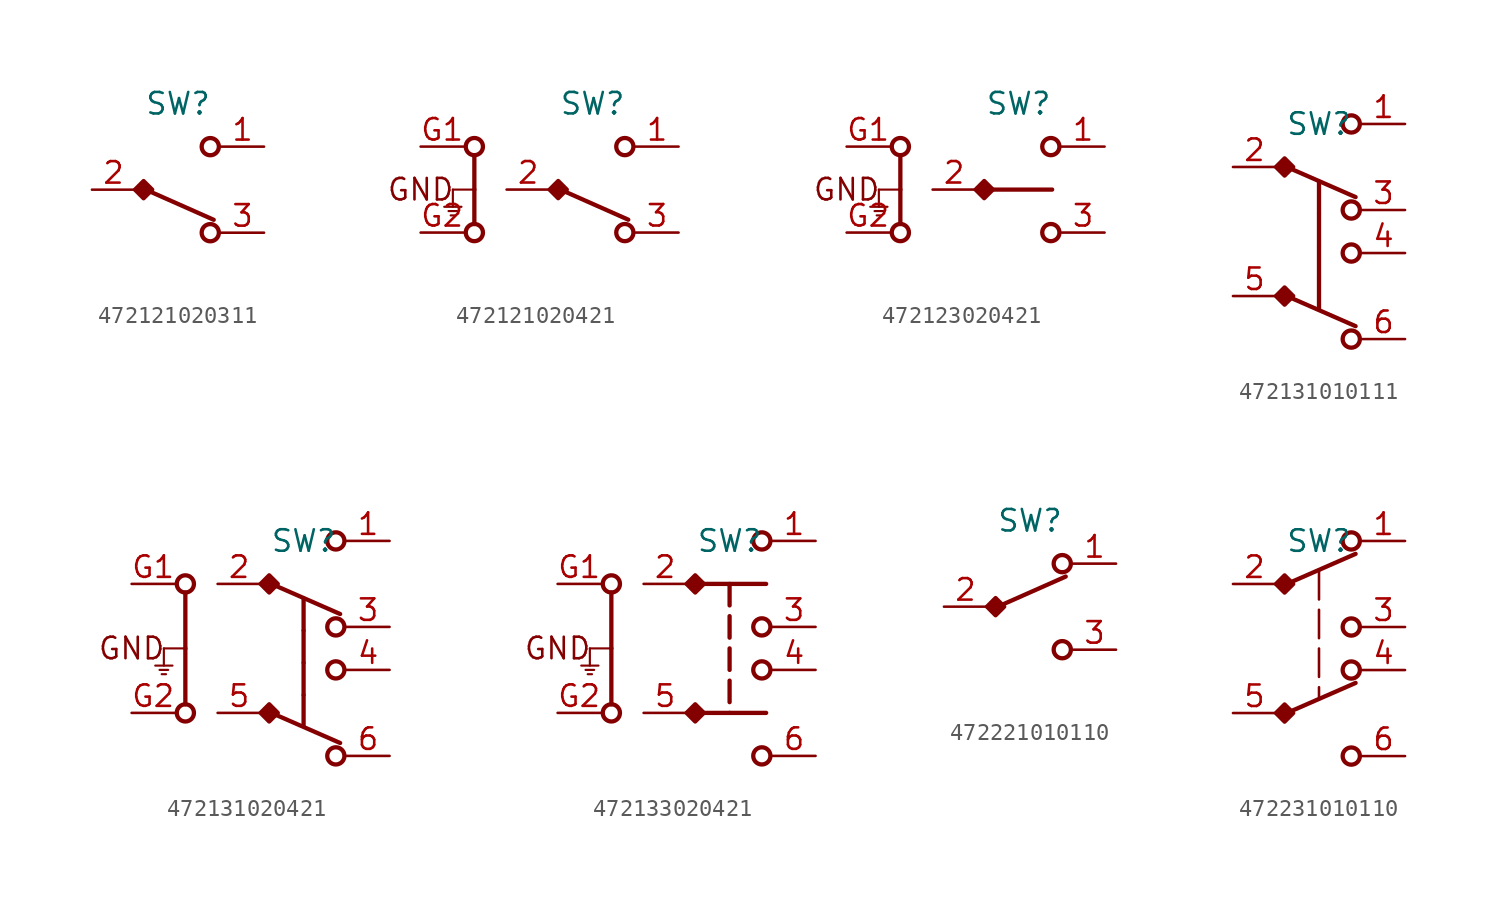
<source format=kicad_sym>
(kicad_symbol_lib
  (version 20220914)
  (generator kicad_symbol_editor)
  (symbol "472121020311"
    (pin_names hide)
    (property "Reference" "SW"
      (at 0 5.08 0)
      (effects (font (size 1.27 1.27))))
    (property "Critical Parameter" ""
      (at 0 -5.08 0)
      (effects (font (size 1.27 1.27))))
    (symbol "472121020311_0_0"
      (polyline (pts (xy -1.905 0) (xy 2.108 -1.778)) (stroke (width 0.254) (type default)) (fill (type none)))
      (polyline (pts (xy -2.032 -0.508) (xy -2.54 0) (xy -2.032 0.508) (xy -1.524 0) (xy -2.032 -0.508)) (stroke (width 0.254) (type default)) (fill (type outline)))
      (circle (center 1.905 -2.54) (radius 0.508) (stroke (width 0.254) (type default)) (fill (type none)))
      (circle (center 1.905 2.54) (radius 0.508) (stroke (width 0.254) (type default)) (fill (type none)))
      (pin passive line (at 5.08 2.54 180) (length 2.54) (name "1" (effects (font (size 1.27 1.27)))) (number "1" (effects (font (size 1.27 1.27)))))
      (pin passive line (at -5.08 0 0) (length 2.54) (name "2" (effects (font (size 1.27 1.27)))) (number "2" (effects (font (size 1.27 1.27)))))
      (pin passive line (at 5.08 -2.54 180) (length 2.54) (name "3" (effects (font (size 1.27 1.27)))) (number "3" (effects (font (size 1.27 1.27)))))))
  (symbol "472121020421"
    (pin_names hide)
    (property "Reference" "SW"
      (at 0 5.08 0)
      (effects (font (size 1.27 1.27))))
    (property "Critical Parameter" ""
      (at 0 -5.08 0)
      (effects (font (size 1.27 1.27))))
    (symbol "472121020421_0_0"
      (circle (center -6.985 -2.54) (radius 0.508) (stroke (width 0.254) (type default)) (fill (type none)))
      (circle (center -6.985 2.54) (radius 0.508) (stroke (width 0.254) (type default)) (fill (type none)))
      (polyline (pts (xy -8.763 -1.016) (xy -7.747 -1.016)) (stroke (width 0.127) (type default)) (fill (type none)))
      (polyline (pts (xy -8.509 -1.27) (xy -8.001 -1.27)) (stroke (width 0.127) (type default)) (fill (type none)))
      (polyline (pts (xy -8.382 -1.524) (xy -8.128 -1.524)) (stroke (width 0.127) (type default)) (fill (type none)))
      (polyline (pts (xy -8.255 0) (xy -8.255 -1.016)) (stroke (width 0.127) (type default)) (fill (type none)))
      (polyline (pts (xy -6.985 0) (xy -8.255 0)) (stroke (width 0.127) (type default)) (fill (type none)))
      (polyline (pts (xy -6.985 0) (xy -6.985 -2.032)) (stroke (width 0.254) (type default)) (fill (type none)))
      (polyline (pts (xy -6.985 2.032) (xy -6.985 0)) (stroke (width 0.254) (type default)) (fill (type none)))
      (polyline (pts (xy -1.905 0) (xy 2.108 -1.778)) (stroke (width 0.254) (type default)) (fill (type none)))
      (polyline (pts (xy -2.032 -0.508) (xy -2.54 0) (xy -2.032 0.508) (xy -1.524 0) (xy -2.032 -0.508)) (stroke (width 0.254) (type default)) (fill (type outline)))
      (circle (center 1.905 -2.54) (radius 0.508) (stroke (width 0.254) (type default)) (fill (type none)))
      (circle (center 1.905 2.54) (radius 0.508) (stroke (width 0.254) (type default)) (fill (type none)))
      (pin passive line (at 5.08 2.54 180) (length 2.54) (name "1" (effects (font (size 1.27 1.27)))) (number "1" (effects (font (size 1.27 1.27)))))
      (pin passive line (at -5.08 0 0) (length 2.54) (name "2" (effects (font (size 1.27 1.27)))) (number "2" (effects (font (size 1.27 1.27)))))
      (pin passive line (at 5.08 -2.54 180) (length 2.54) (name "3" (effects (font (size 1.27 1.27)))) (number "3" (effects (font (size 1.27 1.27)))))
      (pin passive line (at -10.16 2.54 0) (length 2.54) (name "G1" (effects (font (size 1.27 1.27)))) (number "G1" (effects (font (size 1.27 1.27)))))
      (pin passive line (at -10.16 -2.54 0) (length 2.54) (name "G2" (effects (font (size 1.27 1.27)))) (number "G2" (effects (font (size 1.27 1.27))))))
    (symbol "472121020421_1_0"
      (text "GND" (at -10.16 0 0) (effects (font (size 1.27 1.27))))))
  (symbol "472123020421"
    (pin_names hide)
    (property "Reference" "SW"
      (at 0 5.08 0)
      (effects (font (size 1.27 1.27))))
    (property "Critical Parameter" ""
      (at 0 -5.08 0)
      (effects (font (size 1.27 1.27))))
    (symbol "472123020421_0_0"
      (circle (center -6.985 -2.54) (radius 0.508) (stroke (width 0.254) (type default)) (fill (type none)))
      (circle (center -6.985 2.54) (radius 0.508) (stroke (width 0.254) (type default)) (fill (type none)))
      (polyline (pts (xy -8.763 -1.016) (xy -7.747 -1.016)) (stroke (width 0.127) (type default)) (fill (type none)))
      (polyline (pts (xy -8.509 -1.27) (xy -8.001 -1.27)) (stroke (width 0.127) (type default)) (fill (type none)))
      (polyline (pts (xy -8.382 -1.524) (xy -8.128 -1.524)) (stroke (width 0.127) (type default)) (fill (type none)))
      (polyline (pts (xy -8.255 0) (xy -8.255 -1.016)) (stroke (width 0.127) (type default)) (fill (type none)))
      (polyline (pts (xy -6.985 0) (xy -8.255 0)) (stroke (width 0.127) (type default)) (fill (type none)))
      (polyline (pts (xy -6.985 0) (xy -6.985 -2.032)) (stroke (width 0.254) (type default)) (fill (type none)))
      (polyline (pts (xy -6.985 2.032) (xy -6.985 0)) (stroke (width 0.254) (type default)) (fill (type none)))
      (polyline (pts (xy -1.905 0) (xy 1.981 0)) (stroke (width 0.254) (type default)) (fill (type none)))
      (polyline (pts (xy -2.032 -0.508) (xy -2.54 0) (xy -2.032 0.508) (xy -1.524 0) (xy -2.032 -0.508)) (stroke (width 0.254) (type default)) (fill (type outline)))
      (circle (center 1.905 -2.54) (radius 0.508) (stroke (width 0.254) (type default)) (fill (type none)))
      (circle (center 1.905 2.54) (radius 0.508) (stroke (width 0.254) (type default)) (fill (type none)))
      (pin passive line (at 5.08 2.54 180) (length 2.54) (name "1" (effects (font (size 1.27 1.27)))) (number "1" (effects (font (size 1.27 1.27)))))
      (pin passive line (at -5.08 0 0) (length 2.54) (name "2" (effects (font (size 1.27 1.27)))) (number "2" (effects (font (size 1.27 1.27)))))
      (pin passive line (at 5.08 -2.54 180) (length 2.54) (name "3" (effects (font (size 1.27 1.27)))) (number "3" (effects (font (size 1.27 1.27)))))
      (pin passive line (at -10.16 2.54 0) (length 2.54) (name "G1" (effects (font (size 1.27 1.27)))) (number "G1" (effects (font (size 1.27 1.27)))))
      (pin passive line (at -10.16 -2.54 0) (length 2.54) (name "G2" (effects (font (size 1.27 1.27)))) (number "G2" (effects (font (size 1.27 1.27))))))
    (symbol "472123020421_1_0"
      (text "GND" (at -10.16 0 0) (effects (font (size 1.27 1.27))))))
  (symbol "472131010111"
    (pin_names hide)
    (property "Reference" "SW"
      (at 0 5.08 0)
      (effects (font (size 1.27 1.27))))
    (property "Critical Parameter" ""
      (at 0 -5.08 0)
      (effects (font (size 1.27 1.27))))
    (symbol "472131010111_0_1"
      (polyline (pts (xy -1.905 -5.08) (xy 2.159 -6.858)) (stroke (width 0.254) (type default)) (fill (type none)))
      (polyline (pts (xy -1.905 2.54) (xy 2.159 0.762)) (stroke (width 0.254) (type default)) (fill (type none)))
      (polyline (pts (xy 0 -4.039) (xy 0 -5.842)) (stroke (width 0.254) (type default)) (fill (type none)))
      (polyline (pts (xy 0 -2.134) (xy 0 -4.005)) (stroke (width 0.254) (type default)) (fill (type none)))
      (polyline (pts (xy 0 -0.229) (xy 0 -2.1)) (stroke (width 0.254) (type default)) (fill (type none)))
      (polyline (pts (xy 0 1.676) (xy 0 -0.195)) (stroke (width 0.254) (type default)) (fill (type none)))
      (polyline (pts (xy -2.032 -5.588) (xy -2.54 -5.08) (xy -2.032 -4.572) (xy -1.524 -5.08) (xy -2.032 -5.588)) (stroke (width 0.254) (type default)) (fill (type outline)))
      (polyline (pts (xy -2.032 2.032) (xy -2.54 2.54) (xy -2.032 3.048) (xy -1.524 2.54) (xy -2.032 2.032)) (stroke (width 0.254) (type default)) (fill (type outline)))
      (circle (center 1.905 -7.62) (radius 0.508) (stroke (width 0.254) (type default)) (fill (type none)))
      (circle (center 1.905 -2.54) (radius 0.508) (stroke (width 0.254) (type default)) (fill (type none)))
      (circle (center 1.905 0) (radius 0.508) (stroke (width 0.254) (type default)) (fill (type none)))
      (circle (center 1.905 5.08) (radius 0.508) (stroke (width 0.254) (type default)) (fill (type none)))
      (pin passive line (at 5.08 5.08 180) (length 2.54) (name "1" (effects (font (size 1.27 1.27)))) (number "1" (effects (font (size 1.27 1.27)))))
      (pin passive line (at -5.08 2.54 0) (length 2.54) (name "2" (effects (font (size 1.27 1.27)))) (number "2" (effects (font (size 1.27 1.27)))))
      (pin passive line (at 5.08 0 180) (length 2.54) (name "3" (effects (font (size 1.27 1.27)))) (number "3" (effects (font (size 1.27 1.27)))))
      (pin passive line (at 5.08 -2.54 180) (length 2.54) (name "4" (effects (font (size 1.27 1.27)))) (number "4" (effects (font (size 1.27 1.27)))))
      (pin passive line (at -5.08 -5.08 0) (length 2.54) (name "5" (effects (font (size 1.27 1.27)))) (number "5" (effects (font (size 1.27 1.27)))))
      (pin passive line (at 5.08 -7.62 180) (length 2.54) (name "6" (effects (font (size 1.27 1.27)))) (number "6" (effects (font (size 1.27 1.27)))))))
  (symbol "472131020421"
    (pin_names hide)
    (property "Reference" "SW"
      (at 0 5.08 0)
      (effects (font (size 1.27 1.27))))
    (property "Critical Parameter" ""
      (at 0 -5.08 0)
      (effects (font (size 1.27 1.27))))
    (symbol "472131020421_0_0"
      (circle (center -6.985 -5.08) (radius 0.508) (stroke (width 0.254) (type default)) (fill (type none)))
      (circle (center -6.985 2.54) (radius 0.508) (stroke (width 0.254) (type default)) (fill (type none)))
      (polyline (pts (xy -8.763 -2.286) (xy -7.747 -2.286)) (stroke (width 0.127) (type default)) (fill (type none)))
      (polyline (pts (xy -8.509 -2.54) (xy -8.001 -2.54)) (stroke (width 0.127) (type default)) (fill (type none)))
      (polyline (pts (xy -8.382 -2.794) (xy -8.128 -2.794)) (stroke (width 0.127) (type default)) (fill (type none)))
      (polyline (pts (xy -8.255 -1.27) (xy -8.255 -2.286)) (stroke (width 0.127) (type default)) (fill (type none)))
      (polyline (pts (xy -6.985 -1.27) (xy -8.255 -1.27)) (stroke (width 0.127) (type default)) (fill (type none)))
      (polyline (pts (xy -6.985 -1.27) (xy -6.985 -4.572)) (stroke (width 0.254) (type default)) (fill (type none)))
      (polyline (pts (xy -6.985 2.032) (xy -6.985 -1.27)) (stroke (width 0.254) (type default)) (fill (type none)))
      (polyline (pts (xy -1.905 -5.08) (xy 2.159 -6.858)) (stroke (width 0.254) (type default)) (fill (type none)))
      (polyline (pts (xy -1.905 2.54) (xy 2.159 0.762)) (stroke (width 0.254) (type default)) (fill (type none)))
      (polyline (pts (xy 0 -4.039) (xy 0 -5.842)) (stroke (width 0.254) (type default)) (fill (type none)))
      (polyline (pts (xy 0 -2.134) (xy 0 -4.005)) (stroke (width 0.254) (type default)) (fill (type none)))
      (polyline (pts (xy 0 -0.229) (xy 0 -2.1)) (stroke (width 0.254) (type default)) (fill (type none)))
      (polyline (pts (xy 0 1.676) (xy 0 -0.195)) (stroke (width 0.254) (type default)) (fill (type none)))
      (polyline (pts (xy -2.032 -5.588) (xy -2.54 -5.08) (xy -2.032 -4.572) (xy -1.524 -5.08) (xy -2.032 -5.588)) (stroke (width 0.254) (type default)) (fill (type outline)))
      (polyline (pts (xy -2.032 2.032) (xy -2.54 2.54) (xy -2.032 3.048) (xy -1.524 2.54) (xy -2.032 2.032)) (stroke (width 0.254) (type default)) (fill (type outline)))
      (circle (center 1.905 -7.62) (radius 0.508) (stroke (width 0.254) (type default)) (fill (type none)))
      (circle (center 1.905 -2.54) (radius 0.508) (stroke (width 0.254) (type default)) (fill (type none)))
      (circle (center 1.905 0) (radius 0.508) (stroke (width 0.254) (type default)) (fill (type none)))
      (circle (center 1.905 5.08) (radius 0.508) (stroke (width 0.254) (type default)) (fill (type none)))
      (pin passive line (at 5.08 5.08 180) (length 2.54) (name "1" (effects (font (size 1.27 1.27)))) (number "1" (effects (font (size 1.27 1.27)))))
      (pin passive line (at -5.08 2.54 0) (length 2.54) (name "2" (effects (font (size 1.27 1.27)))) (number "2" (effects (font (size 1.27 1.27)))))
      (pin passive line (at 5.08 0 180) (length 2.54) (name "3" (effects (font (size 1.27 1.27)))) (number "3" (effects (font (size 1.27 1.27)))))
      (pin passive line (at 5.08 -2.54 180) (length 2.54) (name "4" (effects (font (size 1.27 1.27)))) (number "4" (effects (font (size 1.27 1.27)))))
      (pin passive line (at -5.08 -5.08 0) (length 2.54) (name "5" (effects (font (size 1.27 1.27)))) (number "5" (effects (font (size 1.27 1.27)))))
      (pin passive line (at 5.08 -7.62 180) (length 2.54) (name "6" (effects (font (size 1.27 1.27)))) (number "6" (effects (font (size 1.27 1.27)))))
      (pin passive line (at -10.16 2.54 0) (length 2.54) (name "G1" (effects (font (size 1.27 1.27)))) (number "G1" (effects (font (size 1.27 1.27)))))
      (pin passive line (at -10.16 -5.08 0) (length 2.54) (name "G2" (effects (font (size 1.27 1.27)))) (number "G2" (effects (font (size 1.27 1.27))))))
    (symbol "472131020421_1_0"
      (text "GND" (at -10.16 -1.27 0) (effects (font (size 1.27 1.27))))))
  (symbol "472133020421"
    (pin_names hide)
    (property "Reference" "SW"
      (at 0 5.08 0)
      (effects (font (size 1.27 1.27))))
    (property "Critical Parameter" ""
      (at 0 -5.08 0)
      (effects (font (size 1.27 1.27))))
    (symbol "472133020421_0_0"
      (circle (center -6.985 -5.08) (radius 0.508) (stroke (width 0.254) (type default)) (fill (type none)))
      (circle (center -6.985 2.54) (radius 0.508) (stroke (width 0.254) (type default)) (fill (type none)))
      (polyline (pts (xy -8.763 -2.286) (xy -7.747 -2.286)) (stroke (width 0.127) (type default)) (fill (type none)))
      (polyline (pts (xy -8.509 -2.54) (xy -8.001 -2.54)) (stroke (width 0.127) (type default)) (fill (type none)))
      (polyline (pts (xy -8.382 -2.794) (xy -8.128 -2.794)) (stroke (width 0.127) (type default)) (fill (type none)))
      (polyline (pts (xy -8.255 -1.27) (xy -8.255 -2.286)) (stroke (width 0.127) (type default)) (fill (type none)))
      (polyline (pts (xy -6.985 -1.27) (xy -8.255 -1.27)) (stroke (width 0.127) (type default)) (fill (type none)))
      (polyline (pts (xy -6.985 -1.27) (xy -6.985 -4.572)) (stroke (width 0.254) (type default)) (fill (type none)))
      (polyline (pts (xy -6.985 2.032) (xy -6.985 -1.27)) (stroke (width 0.254) (type default)) (fill (type none)))
      (polyline (pts (xy -1.905 -5.08) (xy 2.159 -5.08)) (stroke (width 0.254) (type default)) (fill (type none)))
      (polyline (pts (xy -1.905 2.54) (xy 2.159 2.54)) (stroke (width 0.254) (type default)) (fill (type none)))
      (polyline (pts (xy 0 -5.08) (xy 0 -5.08)) (stroke (width 0.254) (type default)) (fill (type none)))
      (polyline (pts (xy 0 -3.175) (xy 0 -4.445)) (stroke (width 0.254) (type default)) (fill (type none)))
      (polyline (pts (xy 0 -1.27) (xy 0 -2.54)) (stroke (width 0.254) (type default)) (fill (type none)))
      (polyline (pts (xy 0 0.635) (xy 0 -0.635)) (stroke (width 0.254) (type default)) (fill (type none)))
      (polyline (pts (xy 0 2.54) (xy 0 1.27)) (stroke (width 0.254) (type default)) (fill (type none)))
      (polyline (pts (xy -2.032 -5.588) (xy -2.54 -5.08) (xy -2.032 -4.572) (xy -1.524 -5.08) (xy -2.032 -5.588)) (stroke (width 0.254) (type default)) (fill (type outline)))
      (polyline (pts (xy -2.032 2.032) (xy -2.54 2.54) (xy -2.032 3.048) (xy -1.524 2.54) (xy -2.032 2.032)) (stroke (width 0.254) (type default)) (fill (type outline)))
      (circle (center 1.905 -7.62) (radius 0.508) (stroke (width 0.254) (type default)) (fill (type none)))
      (circle (center 1.905 -2.54) (radius 0.508) (stroke (width 0.254) (type default)) (fill (type none)))
      (circle (center 1.905 0) (radius 0.508) (stroke (width 0.254) (type default)) (fill (type none)))
      (circle (center 1.905 5.08) (radius 0.508) (stroke (width 0.254) (type default)) (fill (type none)))
      (pin passive line (at 5.08 5.08 180) (length 2.54) (name "1" (effects (font (size 1.27 1.27)))) (number "1" (effects (font (size 1.27 1.27)))))
      (pin passive line (at -5.08 2.54 0) (length 2.54) (name "2" (effects (font (size 1.27 1.27)))) (number "2" (effects (font (size 1.27 1.27)))))
      (pin passive line (at 5.08 0 180) (length 2.54) (name "3" (effects (font (size 1.27 1.27)))) (number "3" (effects (font (size 1.27 1.27)))))
      (pin passive line (at 5.08 -2.54 180) (length 2.54) (name "4" (effects (font (size 1.27 1.27)))) (number "4" (effects (font (size 1.27 1.27)))))
      (pin passive line (at -5.08 -5.08 0) (length 2.54) (name "5" (effects (font (size 1.27 1.27)))) (number "5" (effects (font (size 1.27 1.27)))))
      (pin passive line (at 5.08 -7.62 180) (length 2.54) (name "6" (effects (font (size 1.27 1.27)))) (number "6" (effects (font (size 1.27 1.27)))))
      (pin passive line (at -10.16 2.54 0) (length 2.54) (name "G1" (effects (font (size 1.27 1.27)))) (number "G1" (effects (font (size 1.27 1.27)))))
      (pin passive line (at -10.16 -5.08 0) (length 2.54) (name "G2" (effects (font (size 1.27 1.27)))) (number "G2" (effects (font (size 1.27 1.27))))))
    (symbol "472133020421_1_0"
      (text "GND" (at -10.16 -1.27 0) (effects (font (size 1.27 1.27))))))
  (symbol "472221010110"
    (pin_names hide)
    (property "Reference" "SW"
      (at 0 5.08 0)
      (effects (font (size 1.27 1.27))))
    (property "Critical Parameter" ""
      (at 0 -5.08 0)
      (effects (font (size 1.27 1.27))))
    (symbol "472221010110_0_0"
      (polyline (pts (xy -1.905 0) (xy 2.108 1.778)) (stroke (width 0.254) (type default)) (fill (type none)))
      (polyline (pts (xy -2.032 -0.508) (xy -2.54 0) (xy -2.032 0.508) (xy -1.524 0) (xy -2.032 -0.508)) (stroke (width 0.254) (type default)) (fill (type outline)))
      (circle (center 1.905 -2.54) (radius 0.508) (stroke (width 0.254) (type default)) (fill (type none)))
      (circle (center 1.905 2.54) (radius 0.508) (stroke (width 0.254) (type default)) (fill (type none)))
      (pin passive line (at 5.08 2.54 180) (length 2.54) (name "1" (effects (font (size 1.27 1.27)))) (number "1" (effects (font (size 1.27 1.27)))))
      (pin passive line (at -5.08 0 0) (length 2.54) (name "2" (effects (font (size 1.27 1.27)))) (number "2" (effects (font (size 1.27 1.27)))))
      (pin passive line (at 5.08 -2.54 180) (length 2.54) (name "3" (effects (font (size 1.27 1.27)))) (number "3" (effects (font (size 1.27 1.27)))))))
  (symbol "472231010110"
    (pin_names hide)
    (property "Reference" "SW"
      (at 0 5.08 0)
      (effects (font (size 1.27 1.27))))
    (property "Critical Parameter" ""
      (at 0 -5.08 0)
      (effects (font (size 1.27 1.27))))
    (symbol "472231010110_0_0"
      (polyline (pts (xy -1.905 -5.08) (xy 2.159 -3.302)) (stroke (width 0.254) (type default)) (fill (type none)))
      (polyline (pts (xy -1.905 2.54) (xy 2.159 4.318)) (stroke (width 0.254) (type default)) (fill (type none)))
      (polyline (pts (xy -2.032 -5.588) (xy -2.54 -5.08) (xy -2.032 -4.572) (xy -1.524 -5.08) (xy -2.032 -5.588)) (stroke (width 0.254) (type default)) (fill (type outline)))
      (polyline (pts (xy -2.032 2.032) (xy -2.54 2.54) (xy -2.032 3.048) (xy -1.524 2.54) (xy -2.032 2.032)) (stroke (width 0.254) (type default)) (fill (type outline)))
      (circle (center 1.905 -7.62) (radius 0.508) (stroke (width 0.254) (type default)) (fill (type none)))
      (circle (center 1.905 -2.54) (radius 0.508) (stroke (width 0.254) (type default)) (fill (type none)))
      (circle (center 1.905 0) (radius 0.508) (stroke (width 0.254) (type default)) (fill (type none)))
      (circle (center 1.905 5.08) (radius 0.508) (stroke (width 0.254) (type default)) (fill (type none)))
      (pin passive line (at 5.08 5.08 180) (length 2.54) (name "1" (effects (font (size 1.27 1.27)))) (number "1" (effects (font (size 1.27 1.27)))))
      (pin passive line (at -5.08 2.54 0) (length 2.54) (name "2" (effects (font (size 1.27 1.27)))) (number "2" (effects (font (size 1.27 1.27)))))
      (pin passive line (at 5.08 0 180) (length 2.54) (name "3" (effects (font (size 1.27 1.27)))) (number "3" (effects (font (size 1.27 1.27)))))
      (pin passive line (at 5.08 -2.54 180) (length 2.54) (name "4" (effects (font (size 1.27 1.27)))) (number "4" (effects (font (size 1.27 1.27)))))
      (pin passive line (at -5.08 -5.08 0) (length 2.54) (name "5" (effects (font (size 1.27 1.27)))) (number "5" (effects (font (size 1.27 1.27)))))
      (pin passive line (at 5.08 -7.62 180) (length 2.54) (name "6" (effects (font (size 1.27 1.27)))) (number "6" (effects (font (size 1.27 1.27))))))
    (symbol "472231010110_1_0"
      (polyline (pts (xy 0 3.302) (xy 0 -4.191)) (stroke (width 0) (type dash)) (fill (type none))))))
</source>
